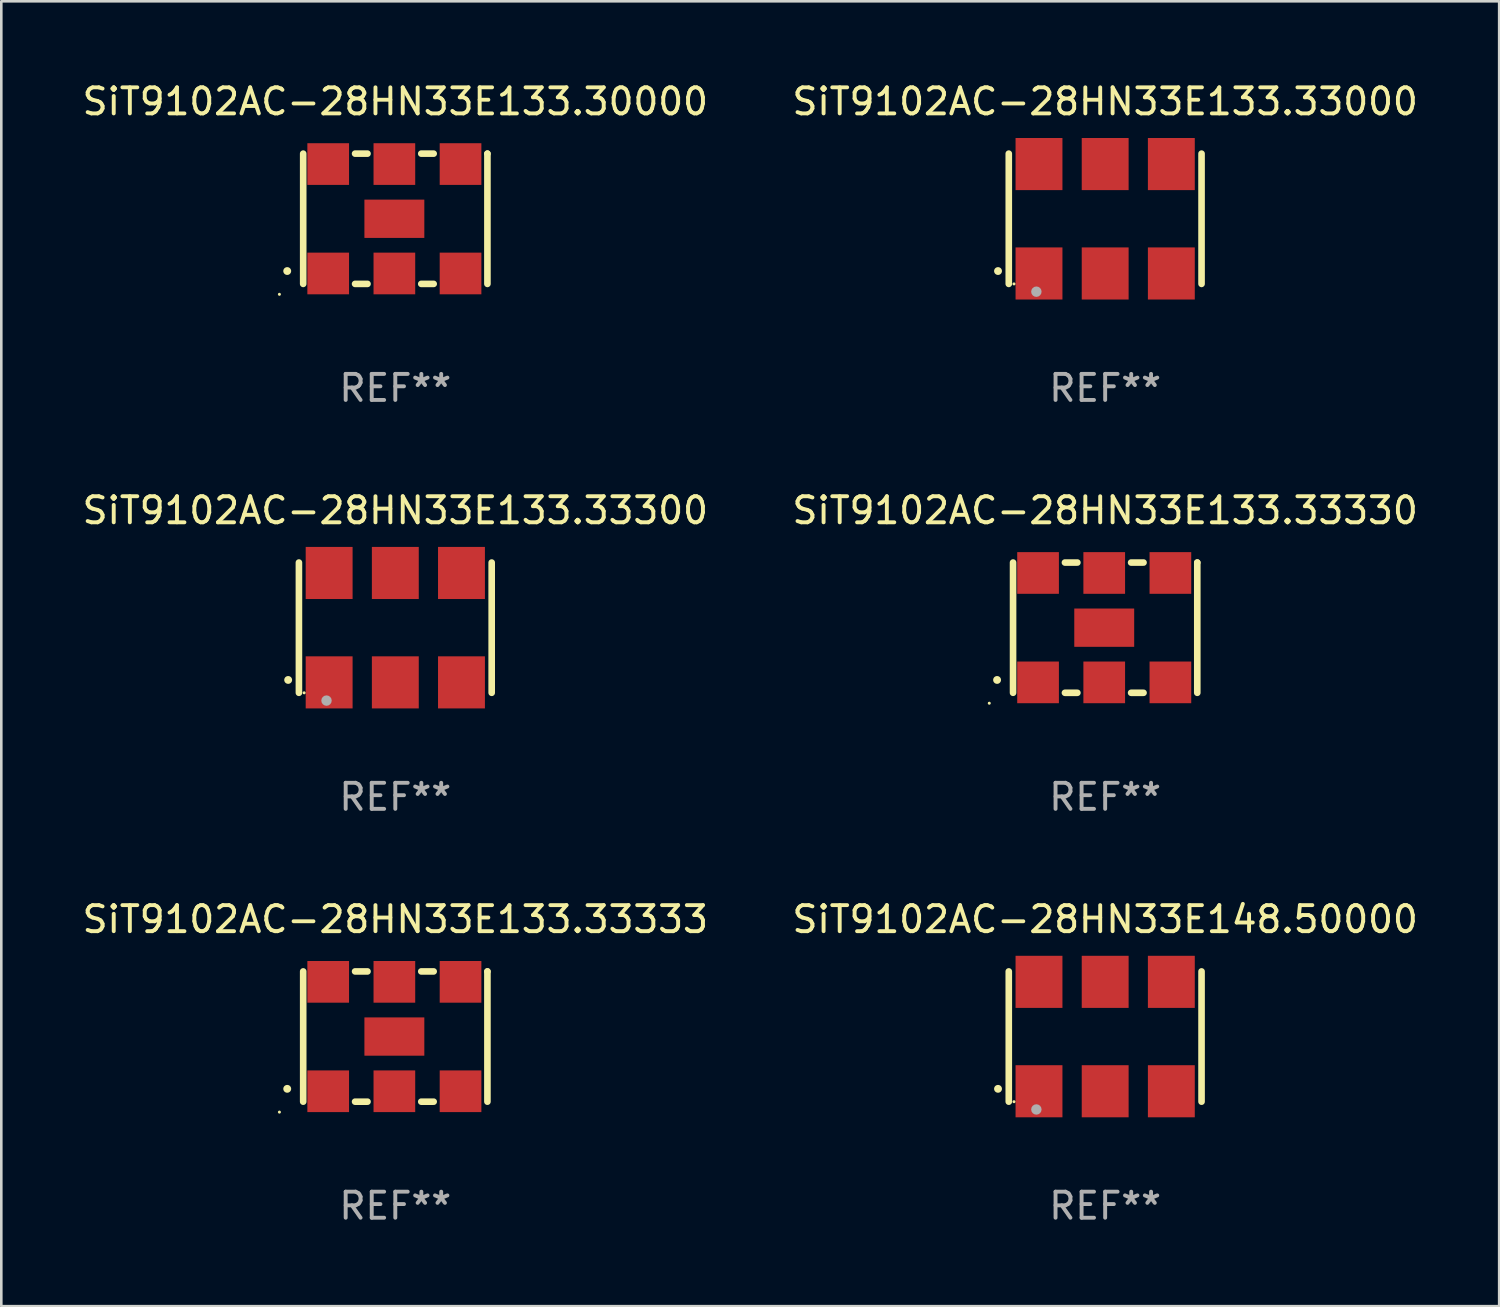
<source format=kicad_pcb>
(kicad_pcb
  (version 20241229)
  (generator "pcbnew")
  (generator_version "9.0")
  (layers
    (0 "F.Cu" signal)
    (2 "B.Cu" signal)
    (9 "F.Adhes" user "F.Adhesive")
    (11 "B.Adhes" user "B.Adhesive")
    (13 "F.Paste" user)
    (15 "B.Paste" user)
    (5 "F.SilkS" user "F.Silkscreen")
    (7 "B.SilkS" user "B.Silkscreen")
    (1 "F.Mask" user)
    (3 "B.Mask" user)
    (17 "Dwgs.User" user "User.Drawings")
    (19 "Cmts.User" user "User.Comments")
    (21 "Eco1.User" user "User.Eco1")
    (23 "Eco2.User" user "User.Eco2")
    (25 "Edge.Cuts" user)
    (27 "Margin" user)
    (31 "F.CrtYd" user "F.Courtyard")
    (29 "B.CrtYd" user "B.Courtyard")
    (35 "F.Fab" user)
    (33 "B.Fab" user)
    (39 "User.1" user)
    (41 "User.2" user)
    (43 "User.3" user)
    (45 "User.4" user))
  (footprint "SiT9102AC-28HN33E133.30000"
    (layer "F.Cu")
    (at 12.125 5.348)
    (property "Reference" "SiT9102AC-28HN33E133.30000" (at 0 -4.5 0) (layer "F.SilkS") (effects (font (size 1 1) (thickness 0.15))))
    (attr through_hole)
    (fp_line (start -3.536 -2.5) (end -3.536 2.5) (stroke (width 0.254) (type solid)) (layer "F.SilkS"))
    (fp_line (start -1.544 2.5) (end -1.067 2.5) (stroke (width 0.254) (type solid)) (layer "F.SilkS"))
    (fp_line (start -1.067 -2.5) (end -1.544 -2.5) (stroke (width 0.254) (type solid)) (layer "F.SilkS"))
    (fp_line (start 0.996 2.5) (end 1.473 2.5) (stroke (width 0.254) (type solid)) (layer "F.SilkS"))
    (fp_line (start 1.473 -2.5) (end 0.996 -2.5) (stroke (width 0.254) (type solid)) (layer "F.SilkS"))
    (fp_line (start 3.536 -2.5) (end 3.536 -2.5) (stroke (width 0.254) (type solid)) (layer "F.SilkS"))
    (fp_line (start 3.536 2.5) (end 3.536 -2.5) (stroke (width 0.254) (type solid)) (layer "F.SilkS"))
    (fp_arc (start -4.150432 2.006604) (mid -4.149162 2.006599) (end -4.147892 2.006604) (stroke (width 0.3) (type solid)) (layer "F.SilkS"))
    (fp_circle (center -4.449 2.9) (end -4.419 2.9) (stroke (width 0.06) (type solid)) (fill no) (layer "F.SilkS"))
    (fp_text user "REF**" (at 0 6.5 0) (layer "F.Fab") (effects (font (size 1 1) (thickness 0.15))))
    (pad "1" smd rect (at -2.576 2.1) (size 1.6 1.6) (layers "F.Cu" "F.Mask" "F.Paste"))
    (pad "2" smd rect (at -0.036 2.1) (size 1.6 1.6) (layers "F.Cu" "F.Mask" "F.Paste"))
    (pad "3" smd rect (at 2.504 2.1) (size 1.6 1.6) (layers "F.Cu" "F.Mask" "F.Paste"))
    (pad "4" smd rect (at 2.504 -2.1) (size 1.6 1.6) (layers "F.Cu" "F.Mask" "F.Paste"))
    (pad "5" smd rect (at -0.036 -2.1) (size 1.6 1.6) (layers "F.Cu" "F.Mask" "F.Paste"))
    (pad "6" smd rect (at -2.576 -2.1) (size 1.6 1.6) (layers "F.Cu" "F.Mask" "F.Paste"))
    (pad "7" smd rect (at -0.036 0) (size 2.3 1.47) (layers "F.Cu" "F.Mask" "F.Paste")))
  (footprint "SiT9102AC-28HN33E133.33300"
    (layer "F.Cu")
    (at 12.125 21.045)
    (property "Reference" "SiT9102AC-28HN33E133.33300" (at 0 -4.5 0) (layer "F.SilkS") (effects (font (size 1 1) (thickness 0.15))))
    (attr through_hole)
    (fp_line (start -3.7 -2.5) (end -3.7 2.5) (stroke (width 0.254) (type solid)) (layer "F.SilkS"))
    (fp_line (start 3.7 -2.5) (end 3.7 2.5) (stroke (width 0.254) (type solid)) (layer "F.SilkS"))
    (fp_arc (start -4.114415 2.006604) (mid -4.113145 2.006599) (end -4.111875 2.006604) (stroke (width 0.3) (type solid)) (layer "F.SilkS"))
    (fp_circle (center -3.5 2.501) (end -3.47 2.501) (stroke (width 0.06) (type solid)) (fill no) (layer "F.SilkS"))
    (fp_circle (center -2.641 2.799) (end -2.541 2.799) (stroke (width 0.2) (type solid)) (fill no) (layer "F.Fab"))
    (fp_text user "REF**" (at 0 6.5 0) (layer "F.Fab") (effects (font (size 1 1) (thickness 0.15))))
    (pad "1" smd rect (at -2.54 2.1) (size 1.8 2) (layers "F.Cu" "F.Mask" "F.Paste"))
    (pad "2" smd rect (at 0.000394 2.1) (size 1.8 2) (layers "F.Cu" "F.Mask" "F.Paste"))
    (pad "3" smd rect (at 2.54 2.1) (size 1.8 2) (layers "F.Cu" "F.Mask" "F.Paste"))
    (pad "4" smd rect (at 2.54 -2.1) (size 1.8 2) (layers "F.Cu" "F.Mask" "F.Paste"))
    (pad "5" smd rect (at 0.000394 -2.1) (size 1.8 2) (layers "F.Cu" "F.Mask" "F.Paste"))
    (pad "6" smd rect (at -2.54 -2.1) (size 1.8 2) (layers "F.Cu" "F.Mask" "F.Paste")))
  (footprint "SiT9102AC-28HN33E148.50000"
    (layer "F.Cu")
    (at 39.375 36.741)
    (property "Reference" "SiT9102AC-28HN33E148.50000" (at 0 -4.5 0) (layer "F.SilkS") (effects (font (size 1 1) (thickness 0.15))))
    (attr through_hole)
    (fp_line (start -3.7 -2.5) (end -3.7 2.5) (stroke (width 0.254) (type solid)) (layer "F.SilkS"))
    (fp_line (start 3.7 -2.5) (end 3.7 2.5) (stroke (width 0.254) (type solid)) (layer "F.SilkS"))
    (fp_arc (start -4.114415 2.006604) (mid -4.113145 2.006599) (end -4.111875 2.006604) (stroke (width 0.3) (type solid)) (layer "F.SilkS"))
    (fp_circle (center -3.5 2.501) (end -3.47 2.501) (stroke (width 0.06) (type solid)) (fill no) (layer "F.SilkS"))
    (fp_circle (center -2.641 2.799) (end -2.541 2.799) (stroke (width 0.2) (type solid)) (fill no) (layer "F.Fab"))
    (fp_text user "REF**" (at 0 6.5 0) (layer "F.Fab") (effects (font (size 1 1) (thickness 0.15))))
    (pad "1" smd rect (at -2.54 2.1) (size 1.8 2) (layers "F.Cu" "F.Mask" "F.Paste"))
    (pad "2" smd rect (at 0.000394 2.1) (size 1.8 2) (layers "F.Cu" "F.Mask" "F.Paste"))
    (pad "3" smd rect (at 2.54 2.1) (size 1.8 2) (layers "F.Cu" "F.Mask" "F.Paste"))
    (pad "4" smd rect (at 2.54 -2.1) (size 1.8 2) (layers "F.Cu" "F.Mask" "F.Paste"))
    (pad "5" smd rect (at 0.000394 -2.1) (size 1.8 2) (layers "F.Cu" "F.Mask" "F.Paste"))
    (pad "6" smd rect (at -2.54 -2.1) (size 1.8 2) (layers "F.Cu" "F.Mask" "F.Paste")))
  (footprint "SiT9102AC-28HN33E133.33000"
    (layer "F.Cu")
    (at 39.375 5.348)
    (property "Reference" "SiT9102AC-28HN33E133.33000" (at 0 -4.5 0) (layer "F.SilkS") (effects (font (size 1 1) (thickness 0.15))))
    (attr through_hole)
    (fp_line (start -3.7 -2.5) (end -3.7 2.5) (stroke (width 0.254) (type solid)) (layer "F.SilkS"))
    (fp_line (start 3.7 -2.5) (end 3.7 2.5) (stroke (width 0.254) (type solid)) (layer "F.SilkS"))
    (fp_arc (start -4.114415 2.006604) (mid -4.113145 2.006599) (end -4.111875 2.006604) (stroke (width 0.3) (type solid)) (layer "F.SilkS"))
    (fp_circle (center -3.5 2.501) (end -3.47 2.501) (stroke (width 0.06) (type solid)) (fill no) (layer "F.SilkS"))
    (fp_circle (center -2.641 2.799) (end -2.541 2.799) (stroke (width 0.2) (type solid)) (fill no) (layer "F.Fab"))
    (fp_text user "REF**" (at 0 6.5 0) (layer "F.Fab") (effects (font (size 1 1) (thickness 0.15))))
    (pad "1" smd rect (at -2.54 2.1) (size 1.8 2) (layers "F.Cu" "F.Mask" "F.Paste"))
    (pad "2" smd rect (at 0.000394 2.1) (size 1.8 2) (layers "F.Cu" "F.Mask" "F.Paste"))
    (pad "3" smd rect (at 2.54 2.1) (size 1.8 2) (layers "F.Cu" "F.Mask" "F.Paste"))
    (pad "4" smd rect (at 2.54 -2.1) (size 1.8 2) (layers "F.Cu" "F.Mask" "F.Paste"))
    (pad "5" smd rect (at 0.000394 -2.1) (size 1.8 2) (layers "F.Cu" "F.Mask" "F.Paste"))
    (pad "6" smd rect (at -2.54 -2.1) (size 1.8 2) (layers "F.Cu" "F.Mask" "F.Paste")))
  (footprint "SiT9102AC-28HN33E133.33330"
    (layer "F.Cu")
    (at 39.375 21.045)
    (property "Reference" "SiT9102AC-28HN33E133.33330" (at 0 -4.5 0) (layer "F.SilkS") (effects (font (size 1 1) (thickness 0.15))))
    (attr through_hole)
    (fp_line (start -3.536 -2.5) (end -3.536 2.5) (stroke (width 0.254) (type solid)) (layer "F.SilkS"))
    (fp_line (start -1.544 2.5) (end -1.067 2.5) (stroke (width 0.254) (type solid)) (layer "F.SilkS"))
    (fp_line (start -1.067 -2.5) (end -1.544 -2.5) (stroke (width 0.254) (type solid)) (layer "F.SilkS"))
    (fp_line (start 0.996 2.5) (end 1.473 2.5) (stroke (width 0.254) (type solid)) (layer "F.SilkS"))
    (fp_line (start 1.473 -2.5) (end 0.996 -2.5) (stroke (width 0.254) (type solid)) (layer "F.SilkS"))
    (fp_line (start 3.536 -2.5) (end 3.536 -2.5) (stroke (width 0.254) (type solid)) (layer "F.SilkS"))
    (fp_line (start 3.536 2.5) (end 3.536 -2.5) (stroke (width 0.254) (type solid)) (layer "F.SilkS"))
    (fp_arc (start -4.150432 2.006604) (mid -4.149162 2.006599) (end -4.147892 2.006604) (stroke (width 0.3) (type solid)) (layer "F.SilkS"))
    (fp_circle (center -4.449 2.9) (end -4.419 2.9) (stroke (width 0.06) (type solid)) (fill no) (layer "F.SilkS"))
    (fp_text user "REF**" (at 0 6.5 0) (layer "F.Fab") (effects (font (size 1 1) (thickness 0.15))))
    (pad "1" smd rect (at -2.576 2.1) (size 1.6 1.6) (layers "F.Cu" "F.Mask" "F.Paste"))
    (pad "2" smd rect (at -0.036 2.1) (size 1.6 1.6) (layers "F.Cu" "F.Mask" "F.Paste"))
    (pad "3" smd rect (at 2.504 2.1) (size 1.6 1.6) (layers "F.Cu" "F.Mask" "F.Paste"))
    (pad "4" smd rect (at 2.504 -2.1) (size 1.6 1.6) (layers "F.Cu" "F.Mask" "F.Paste"))
    (pad "5" smd rect (at -0.036 -2.1) (size 1.6 1.6) (layers "F.Cu" "F.Mask" "F.Paste"))
    (pad "6" smd rect (at -2.576 -2.1) (size 1.6 1.6) (layers "F.Cu" "F.Mask" "F.Paste"))
    (pad "7" smd rect (at -0.036 0) (size 2.3 1.47) (layers "F.Cu" "F.Mask" "F.Paste")))
  (footprint "SiT9102AC-28HN33E133.33333"
    (layer "F.Cu")
    (at 12.125 36.741)
    (property "Reference" "SiT9102AC-28HN33E133.33333" (at 0 -4.5 0) (layer "F.SilkS") (effects (font (size 1 1) (thickness 0.15))))
    (attr through_hole)
    (fp_line (start -3.536 -2.5) (end -3.536 2.5) (stroke (width 0.254) (type solid)) (layer "F.SilkS"))
    (fp_line (start -1.544 2.5) (end -1.067 2.5) (stroke (width 0.254) (type solid)) (layer "F.SilkS"))
    (fp_line (start -1.067 -2.5) (end -1.544 -2.5) (stroke (width 0.254) (type solid)) (layer "F.SilkS"))
    (fp_line (start 0.996 2.5) (end 1.473 2.5) (stroke (width 0.254) (type solid)) (layer "F.SilkS"))
    (fp_line (start 1.473 -2.5) (end 0.996 -2.5) (stroke (width 0.254) (type solid)) (layer "F.SilkS"))
    (fp_line (start 3.536 -2.5) (end 3.536 -2.5) (stroke (width 0.254) (type solid)) (layer "F.SilkS"))
    (fp_line (start 3.536 2.5) (end 3.536 -2.5) (stroke (width 0.254) (type solid)) (layer "F.SilkS"))
    (fp_arc (start -4.150432 2.006604) (mid -4.149162 2.006599) (end -4.147892 2.006604) (stroke (width 0.3) (type solid)) (layer "F.SilkS"))
    (fp_circle (center -4.449 2.9) (end -4.419 2.9) (stroke (width 0.06) (type solid)) (fill no) (layer "F.SilkS"))
    (fp_text user "REF**" (at 0 6.5 0) (layer "F.Fab") (effects (font (size 1 1) (thickness 0.15))))
    (pad "1" smd rect (at -2.576 2.1) (size 1.6 1.6) (layers "F.Cu" "F.Mask" "F.Paste"))
    (pad "2" smd rect (at -0.036 2.1) (size 1.6 1.6) (layers "F.Cu" "F.Mask" "F.Paste"))
    (pad "3" smd rect (at 2.504 2.1) (size 1.6 1.6) (layers "F.Cu" "F.Mask" "F.Paste"))
    (pad "4" smd rect (at 2.504 -2.1) (size 1.6 1.6) (layers "F.Cu" "F.Mask" "F.Paste"))
    (pad "5" smd rect (at -0.036 -2.1) (size 1.6 1.6) (layers "F.Cu" "F.Mask" "F.Paste"))
    (pad "6" smd rect (at -2.576 -2.1) (size 1.6 1.6) (layers "F.Cu" "F.Mask" "F.Paste"))
    (pad "7" smd rect (at -0.036 0) (size 2.3 1.47) (layers "F.Cu" "F.Mask" "F.Paste")))
  (gr_rect
    (start -3 -3)
    (end 54.5 47.09)
    (stroke (width 0.1) (type default))
    (fill no)
    (layer "Edge.Cuts")))
</source>
